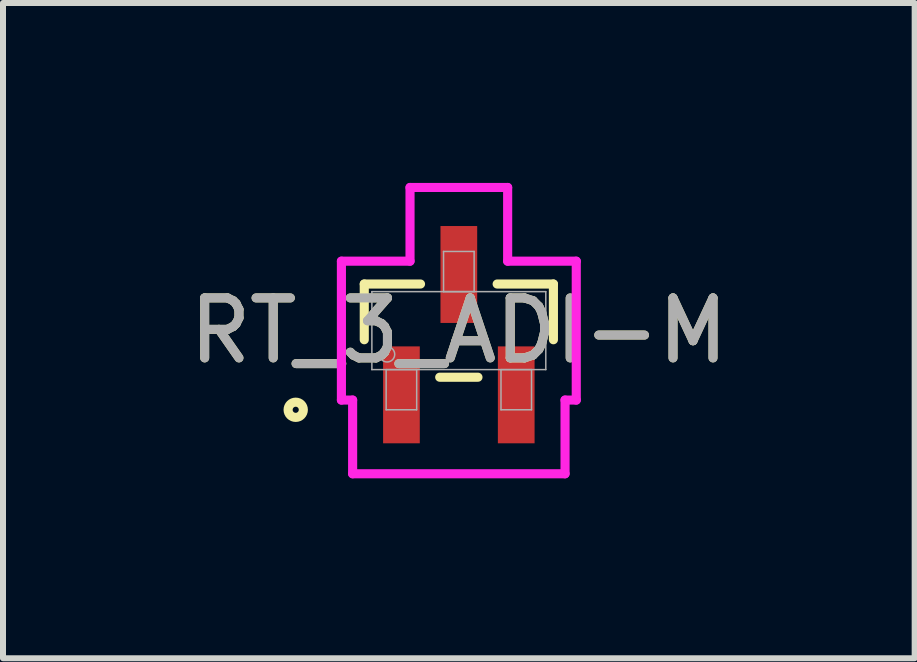
<source format=kicad_pcb>
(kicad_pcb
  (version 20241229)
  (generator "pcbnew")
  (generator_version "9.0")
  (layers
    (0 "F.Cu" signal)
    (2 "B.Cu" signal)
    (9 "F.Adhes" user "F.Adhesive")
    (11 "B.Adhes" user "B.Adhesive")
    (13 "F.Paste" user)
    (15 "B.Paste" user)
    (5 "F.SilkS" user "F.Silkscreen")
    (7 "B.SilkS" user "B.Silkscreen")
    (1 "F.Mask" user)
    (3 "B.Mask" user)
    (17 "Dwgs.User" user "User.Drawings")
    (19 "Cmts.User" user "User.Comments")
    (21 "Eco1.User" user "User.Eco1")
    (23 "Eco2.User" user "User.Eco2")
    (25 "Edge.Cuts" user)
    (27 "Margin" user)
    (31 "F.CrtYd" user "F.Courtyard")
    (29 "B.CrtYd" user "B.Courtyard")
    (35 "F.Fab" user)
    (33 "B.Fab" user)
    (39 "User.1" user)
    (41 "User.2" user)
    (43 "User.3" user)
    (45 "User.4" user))
  (footprint "RT_3_ADI-M"
    (layer "F.Cu")
    (at 4.601 2.463)
    (property "Reference" "RT_3_ADI-M" (at 0 0 0) (unlocked yes) (layer "F.SilkS") (effects (font (size 1 1) (thickness 0.15))))
    (attr smd)
    (fp_line (start -1.577 -0.777) (end -1.577 0.152) (stroke (width 0.152) (type solid)) (layer "F.SilkS"))
    (fp_line (start -0.639 -0.777) (end -1.577 -0.777) (stroke (width 0.152) (type solid)) (layer "F.SilkS"))
    (fp_line (start -0.319 0.777) (end 0.319 0.777) (stroke (width 0.152) (type solid)) (layer "F.SilkS"))
    (fp_line (start 1.577 -0.777) (end 0.639 -0.777) (stroke (width 0.152) (type solid)) (layer "F.SilkS"))
    (fp_line (start 1.577 0.152) (end 1.577 -0.777) (stroke (width 0.152) (type solid)) (layer "F.SilkS"))
    (fp_circle (center -2.72 1.32) (end -2.593 1.32) (stroke (width 0.152) (type solid)) (fill no) (layer "F.SilkS"))
    (fp_line (start -1.958 -1.158) (end -0.814 -1.158) (stroke (width 0.152) (type solid)) (layer "F.CrtYd"))
    (fp_line (start -1.958 1.158) (end -1.958 -1.158) (stroke (width 0.152) (type solid)) (layer "F.CrtYd"))
    (fp_line (start -1.958 1.158) (end -1.771 1.158) (stroke (width 0.152) (type solid)) (layer "F.CrtYd"))
    (fp_line (start -1.771 1.158) (end -1.771 2.387) (stroke (width 0.152) (type solid)) (layer "F.CrtYd"))
    (fp_line (start -1.771 2.387) (end 1.771 2.387) (stroke (width 0.152) (type solid)) (layer "F.CrtYd"))
    (fp_line (start -0.814 -2.387) (end 0.814 -2.387) (stroke (width 0.152) (type solid)) (layer "F.CrtYd"))
    (fp_line (start -0.814 -1.158) (end -0.814 -2.387) (stroke (width 0.152) (type solid)) (layer "F.CrtYd"))
    (fp_line (start 0.814 -1.158) (end 0.814 -2.387) (stroke (width 0.152) (type solid)) (layer "F.CrtYd"))
    (fp_line (start 1.771 1.158) (end 1.771 2.387) (stroke (width 0.152) (type solid)) (layer "F.CrtYd"))
    (fp_line (start 1.958 -1.158) (end 0.814 -1.158) (stroke (width 0.152) (type solid)) (layer "F.CrtYd"))
    (fp_line (start 1.958 -1.158) (end 1.958 1.158) (stroke (width 0.152) (type solid)) (layer "F.CrtYd"))
    (fp_line (start 1.958 1.158) (end 1.771 1.158) (stroke (width 0.152) (type solid)) (layer "F.CrtYd"))
    (fp_line (start -1.45 -0.65) (end -1.45 0.65) (stroke (width 0.025) (type solid)) (layer "F.Fab"))
    (fp_line (start -1.45 0.65) (end 1.45 0.65) (stroke (width 0.025) (type solid)) (layer "F.Fab"))
    (fp_line (start -1.212 0.65) (end -1.212 1.32) (stroke (width 0.025) (type solid)) (layer "F.Fab"))
    (fp_line (start -1.212 1.32) (end -0.703 1.32) (stroke (width 0.025) (type solid)) (layer "F.Fab"))
    (fp_line (start -0.703 0.65) (end -1.212 0.65) (stroke (width 0.025) (type solid)) (layer "F.Fab"))
    (fp_line (start -0.703 1.32) (end -0.703 0.65) (stroke (width 0.025) (type solid)) (layer "F.Fab"))
    (fp_line (start -0.255 -1.32) (end -0.255 -0.65) (stroke (width 0.025) (type solid)) (layer "F.Fab"))
    (fp_line (start -0.255 -0.65) (end 0.255 -0.65) (stroke (width 0.025) (type solid)) (layer "F.Fab"))
    (fp_line (start 0.255 -1.32) (end -0.255 -1.32) (stroke (width 0.025) (type solid)) (layer "F.Fab"))
    (fp_line (start 0.255 -0.65) (end 0.255 -1.32) (stroke (width 0.025) (type solid)) (layer "F.Fab"))
    (fp_line (start 0.703 0.65) (end 0.703 1.32) (stroke (width 0.025) (type solid)) (layer "F.Fab"))
    (fp_line (start 0.703 1.32) (end 1.212 1.32) (stroke (width 0.025) (type solid)) (layer "F.Fab"))
    (fp_line (start 1.212 0.65) (end 0.703 0.65) (stroke (width 0.025) (type solid)) (layer "F.Fab"))
    (fp_line (start 1.212 1.32) (end 1.212 0.65) (stroke (width 0.025) (type solid)) (layer "F.Fab"))
    (fp_line (start 1.45 -0.65) (end -1.45 -0.65) (stroke (width 0.025) (type solid)) (layer "F.Fab"))
    (fp_line (start 1.45 0.65) (end 1.45 -0.65) (stroke (width 0.025) (type solid)) (layer "F.Fab"))
    (fp_circle (center -1.196 0.396) (end -1.069 0.396) (stroke (width 0.025) (type solid)) (fill no) (layer "F.Fab"))
    (fp_text user "${REFERENCE}" (at 0 0 0) (unlocked yes) (layer "F.Fab") (effects (font (size 1 1) (thickness 0.15))))
    (pad "1" smd rect (at -0.957 1.071) (size 0.612 1.616) (layers "F.Cu" "F.Mask" "F.Paste"))
    (pad "2" smd rect (at 0.957 1.071) (size 0.612 1.616) (layers "F.Cu" "F.Mask" "F.Paste"))
    (pad "3" smd rect (at 0 -0.936) (size 0.612 1.616) (layers "F.Cu" "F.Mask" "F.Paste")))
  (gr_rect
    (start -3 -3)
    (end 12.202 7.926)
    (stroke (width 0.1) (type default))
    (fill no)
    (layer "Edge.Cuts")))
</source>
